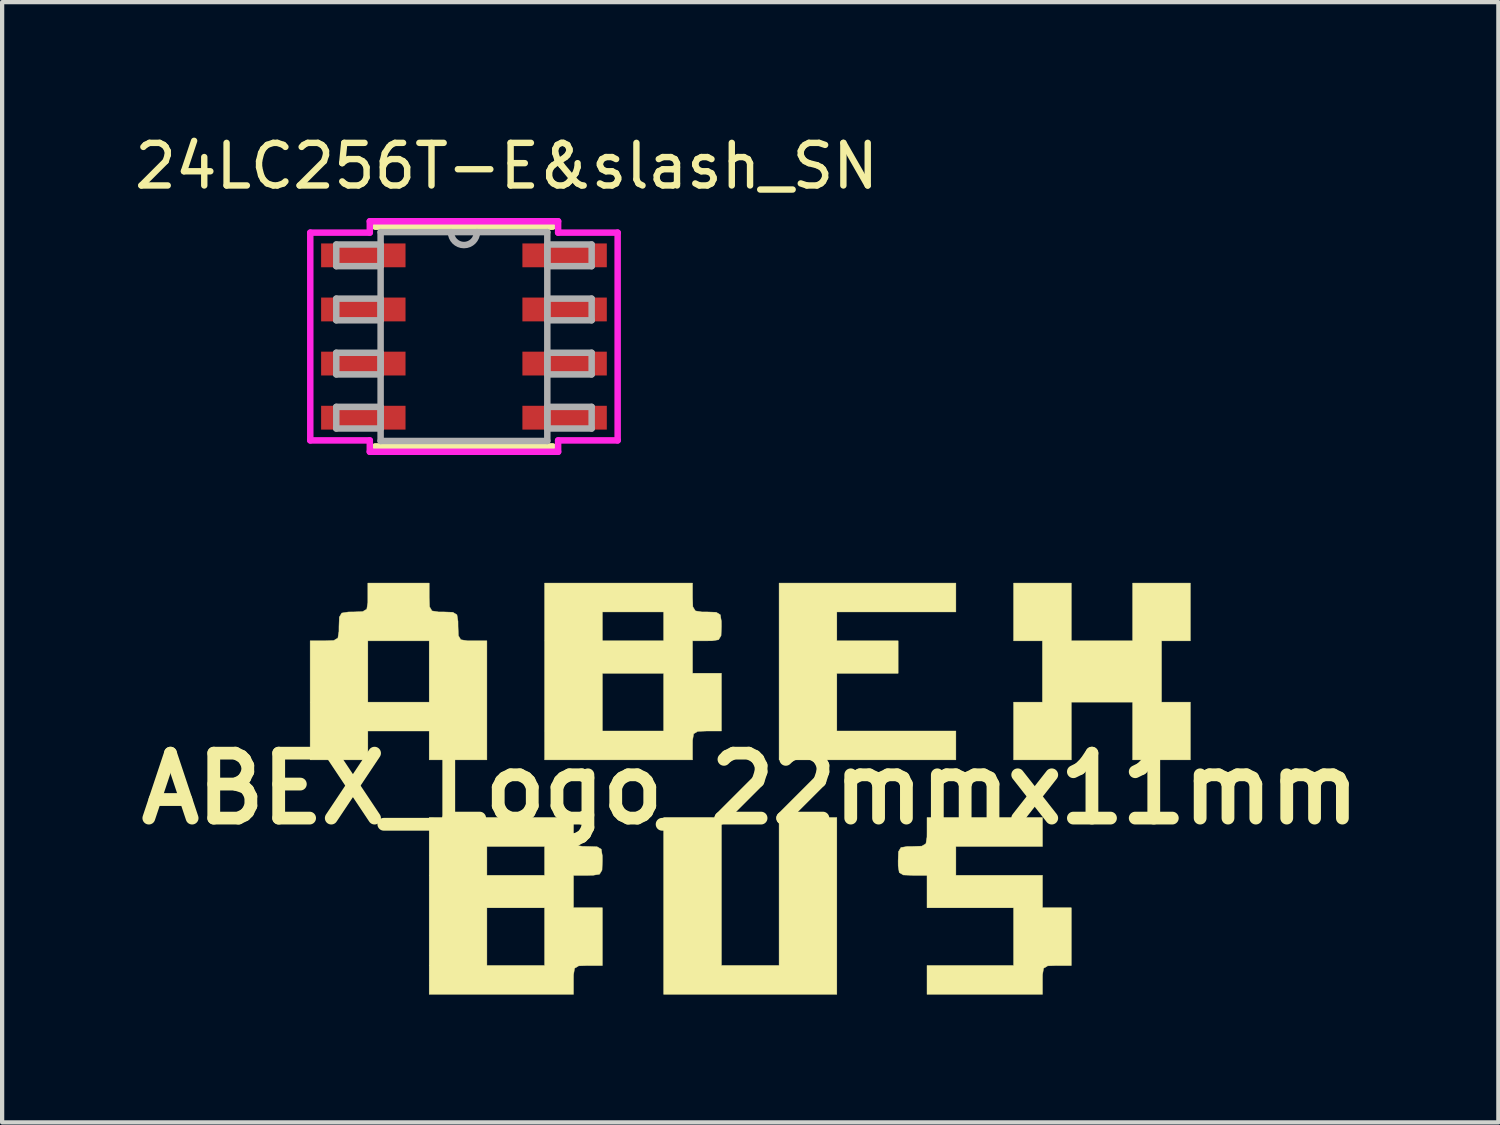
<source format=kicad_pcb>
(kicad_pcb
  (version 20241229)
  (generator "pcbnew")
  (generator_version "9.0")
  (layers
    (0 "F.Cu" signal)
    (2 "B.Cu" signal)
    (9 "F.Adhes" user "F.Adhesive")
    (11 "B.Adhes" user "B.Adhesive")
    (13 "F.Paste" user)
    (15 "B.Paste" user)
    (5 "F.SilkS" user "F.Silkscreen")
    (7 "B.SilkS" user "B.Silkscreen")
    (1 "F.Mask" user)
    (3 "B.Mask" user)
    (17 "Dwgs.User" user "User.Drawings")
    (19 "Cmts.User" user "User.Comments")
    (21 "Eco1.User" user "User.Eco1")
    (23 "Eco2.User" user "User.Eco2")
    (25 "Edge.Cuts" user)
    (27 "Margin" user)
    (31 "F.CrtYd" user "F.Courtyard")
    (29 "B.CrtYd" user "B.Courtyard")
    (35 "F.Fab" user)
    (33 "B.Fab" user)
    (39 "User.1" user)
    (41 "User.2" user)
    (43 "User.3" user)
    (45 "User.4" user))
  (footprint "ABEX_Logo_22mmx11mm"
    (layer "F.Cu")
    (at 14.558 15.461)
    (property "Reference" "ABEX_Logo_22mmx11mm" (at 0 0 0) (layer "F.SilkS") (effects (font (size 1.524 1.524) (thickness 0.3))))
    (attr through_hole)
    (fp_poly (pts (xy -0.677 4.149) (xy 0.677 4.149) (xy 0.677 0.677) (xy 2.032 0.677) (xy 2.032 4.826) (xy -2.032 4.826) (xy -2.032 0.677) (xy -0.677 0.677) (xy -0.677 4.149)) (stroke (width 0.01) (type solid)) (fill yes) (layer "F.SilkS"))
    (fp_poly (pts (xy 4.826 -4.149) (xy 2.032 -4.149) (xy 2.032 -3.471) (xy 3.471 -3.471) (xy 3.471 -2.709) (xy 2.032 -2.709) (xy 2.032 -1.355) (xy 4.826 -1.355) (xy 4.826 -0.677) (xy 0.677 -0.677) (xy 0.677 -4.826) (xy 4.826 -4.826) (xy 4.826 -4.149)) (stroke (width 0.01) (type solid)) (fill yes) (layer "F.SilkS"))
    (fp_poly (pts (xy 7.535 -3.471) (xy 8.975 -3.471) (xy 8.975 -4.826) (xy 10.329 -4.826) (xy 10.329 -3.471) (xy 9.652 -3.471) (xy 9.652 -2.032) (xy 10.329 -2.032) (xy 10.329 -0.677) (xy 8.975 -0.677) (xy 8.975 -2.032) (xy 7.535 -2.032) (xy 7.535 -0.677) (xy 6.181 -0.677) (xy 6.181 -2.032) (xy 6.858 -2.032) (xy 6.858 -3.471) (xy 6.181 -3.471) (xy 6.181 -4.826) (xy 7.535 -4.826) (xy 7.535 -3.471)) (stroke (width 0.01) (type solid)) (fill yes) (layer "F.SilkS"))
    (fp_poly (pts (xy 6.858 1.355) (xy 4.826 1.355) (xy 4.826 2.032) (xy 6.858 2.032) (xy 6.858 2.794) (xy 7.535 2.794) (xy 7.535 4.149) (xy 7.197 4.149) (xy 6.98 4.157) (xy 6.884 4.214) (xy 6.859 4.369) (xy 6.858 4.487) (xy 6.858 4.826) (xy 4.149 4.826) (xy 4.149 4.149) (xy 6.181 4.149) (xy 6.181 2.794) (xy 4.149 2.794) (xy 4.149 2.032) (xy 3.81 2.032) (xy 3.593 2.024) (xy 3.497 1.967) (xy 3.472 1.812) (xy 3.471 1.693) (xy 3.479 1.477) (xy 3.537 1.38) (xy 3.691 1.355) (xy 3.81 1.355) (xy 4.027 1.347) (xy 4.123 1.289) (xy 4.148 1.135) (xy 4.149 1.016) (xy 4.149 0.677) (xy 6.858 0.677) (xy 6.858 1.355)) (stroke (width 0.01) (type solid)) (fill yes) (layer "F.SilkS"))
    (fp_poly (pts (xy -4.149 1.016) (xy -4.141 1.233) (xy -4.083 1.329) (xy -3.929 1.354) (xy -3.81 1.355) (xy -3.593 1.363) (xy -3.497 1.42) (xy -3.472 1.575) (xy -3.471 1.693) (xy -3.479 1.91) (xy -3.537 2.006) (xy -3.691 2.031) (xy -3.81 2.032) (xy -4.149 2.032) (xy -4.149 2.794) (xy -3.471 2.794) (xy -3.471 4.149) (xy -3.81 4.149) (xy -4.027 4.157) (xy -4.123 4.214) (xy -4.148 4.369) (xy -4.149 4.487) (xy -4.149 4.826) (xy -7.535 4.826) (xy -7.535 2.794) (xy -6.181 2.794) (xy -6.181 4.149) (xy -4.826 4.149) (xy -4.826 2.794) (xy -6.181 2.794) (xy -7.535 2.794) (xy -7.535 1.355) (xy -6.181 1.355) (xy -6.181 2.032) (xy -4.826 2.032) (xy -4.826 1.355) (xy -6.181 1.355) (xy -7.535 1.355) (xy -7.535 0.677) (xy -4.149 0.677) (xy -4.149 1.016)) (stroke (width 0.01) (type solid)) (fill yes) (layer "F.SilkS"))
    (fp_poly (pts (xy -1.355 -4.487) (xy -1.347 -4.271) (xy -1.289 -4.174) (xy -1.135 -4.149) (xy -1.016 -4.149) (xy -0.799 -4.141) (xy -0.703 -4.083) (xy -0.678 -3.929) (xy -0.677 -3.81) (xy -0.685 -3.593) (xy -0.743 -3.497) (xy -0.897 -3.472) (xy -1.016 -3.471) (xy -1.355 -3.471) (xy -1.355 -2.709) (xy -0.677 -2.709) (xy -0.677 -1.355) (xy -1.016 -1.355) (xy -1.233 -1.347) (xy -1.329 -1.289) (xy -1.354 -1.135) (xy -1.355 -1.016) (xy -1.355 -0.677) (xy -4.826 -0.677) (xy -4.826 -2.709) (xy -3.471 -2.709) (xy -3.471 -1.355) (xy -2.032 -1.355) (xy -2.032 -2.709) (xy -3.471 -2.709) (xy -4.826 -2.709) (xy -4.826 -4.149) (xy -3.471 -4.149) (xy -3.471 -3.471) (xy -2.032 -3.471) (xy -2.032 -4.149) (xy -3.471 -4.149) (xy -4.826 -4.149) (xy -4.826 -4.826) (xy -1.355 -4.826) (xy -1.355 -4.487)) (stroke (width 0.01) (type solid)) (fill yes) (layer "F.SilkS"))
    (fp_poly (pts (xy -7.535 -4.487) (xy -7.527 -4.271) (xy -7.47 -4.174) (xy -7.315 -4.149) (xy -7.197 -4.149) (xy -6.98 -4.141) (xy -6.884 -4.083) (xy -6.859 -3.929) (xy -6.858 -3.81) (xy -6.85 -3.593) (xy -6.793 -3.497) (xy -6.638 -3.472) (xy -6.519 -3.471) (xy -6.181 -3.471) (xy -6.181 -0.677) (xy -7.535 -0.677) (xy -7.535 -1.355) (xy -8.975 -1.355) (xy -8.975 -0.677) (xy -10.329 -0.677) (xy -10.329 -3.471) (xy -9.991 -3.471) (xy -8.975 -3.471) (xy -8.975 -2.032) (xy -7.535 -2.032) (xy -7.535 -3.471) (xy -8.975 -3.471) (xy -9.991 -3.471) (xy -9.774 -3.479) (xy -9.678 -3.537) (xy -9.653 -3.691) (xy -9.652 -3.81) (xy -9.644 -4.027) (xy -9.587 -4.123) (xy -9.432 -4.148) (xy -9.313 -4.149) (xy -9.097 -4.157) (xy -9 -4.214) (xy -8.975 -4.369) (xy -8.975 -4.487) (xy -8.975 -4.826) (xy -7.535 -4.826) (xy -7.535 -4.487)) (stroke (width 0.01) (type solid)) (fill yes) (layer "F.SilkS")))
  (footprint "24LC256T-E&slash_SN"
    (layer "F.Cu")
    (at 7.839 4.848)
    (property "Reference" "24LC256T-E&slash_SN" (at 1 -4 0) (layer "F.SilkS") (effects (font (size 1 1) (thickness 0.15))))
    (attr through_hole)
    (fp_line (start -2.083 2.578) (end 2.083 2.578) (stroke (width 0.152) (type solid)) (layer "F.SilkS"))
    (fp_line (start 2.083 -2.578) (end -2.083 -2.578) (stroke (width 0.152) (type solid)) (layer "F.SilkS"))
    (fp_line (start -3.607 -2.438) (end -2.21 -2.438) (stroke (width 0.152) (type solid)) (layer "F.CrtYd"))
    (fp_line (start -3.607 2.438) (end -3.607 -2.438) (stroke (width 0.152) (type solid)) (layer "F.CrtYd"))
    (fp_line (start -2.21 -2.705) (end 2.21 -2.705) (stroke (width 0.152) (type solid)) (layer "F.CrtYd"))
    (fp_line (start -2.21 -2.438) (end -2.21 -2.705) (stroke (width 0.152) (type solid)) (layer "F.CrtYd"))
    (fp_line (start -2.21 2.438) (end -3.607 2.438) (stroke (width 0.152) (type solid)) (layer "F.CrtYd"))
    (fp_line (start -2.21 2.705) (end -2.21 2.438) (stroke (width 0.152) (type solid)) (layer "F.CrtYd"))
    (fp_line (start 2.21 -2.705) (end 2.21 -2.438) (stroke (width 0.152) (type solid)) (layer "F.CrtYd"))
    (fp_line (start 2.21 -2.438) (end 3.607 -2.438) (stroke (width 0.152) (type solid)) (layer "F.CrtYd"))
    (fp_line (start 2.21 2.438) (end 2.21 2.705) (stroke (width 0.152) (type solid)) (layer "F.CrtYd"))
    (fp_line (start 2.21 2.705) (end -2.21 2.705) (stroke (width 0.152) (type solid)) (layer "F.CrtYd"))
    (fp_line (start 3.607 -2.438) (end 3.607 2.438) (stroke (width 0.152) (type solid)) (layer "F.CrtYd"))
    (fp_line (start 3.607 2.438) (end 2.21 2.438) (stroke (width 0.152) (type solid)) (layer "F.CrtYd"))
    (fp_line (start -2.997 -2.159) (end -2.997 -1.651) (stroke (width 0.152) (type solid)) (layer "F.Fab"))
    (fp_line (start -2.997 -1.651) (end -1.956 -1.651) (stroke (width 0.152) (type solid)) (layer "F.Fab"))
    (fp_line (start -2.997 -0.889) (end -2.997 -0.381) (stroke (width 0.152) (type solid)) (layer "F.Fab"))
    (fp_line (start -2.997 -0.381) (end -1.956 -0.381) (stroke (width 0.152) (type solid)) (layer "F.Fab"))
    (fp_line (start -2.997 0.381) (end -2.997 0.889) (stroke (width 0.152) (type solid)) (layer "F.Fab"))
    (fp_line (start -2.997 0.889) (end -1.956 0.889) (stroke (width 0.152) (type solid)) (layer "F.Fab"))
    (fp_line (start -2.997 1.651) (end -2.997 2.159) (stroke (width 0.152) (type solid)) (layer "F.Fab"))
    (fp_line (start -2.997 2.159) (end -1.956 2.159) (stroke (width 0.152) (type solid)) (layer "F.Fab"))
    (fp_line (start -1.956 -2.451) (end -1.956 2.451) (stroke (width 0.152) (type solid)) (layer "F.Fab"))
    (fp_line (start -1.956 -2.159) (end -2.997 -2.159) (stroke (width 0.152) (type solid)) (layer "F.Fab"))
    (fp_line (start -1.956 -1.651) (end -1.956 -2.159) (stroke (width 0.152) (type solid)) (layer "F.Fab"))
    (fp_line (start -1.956 -0.889) (end -2.997 -0.889) (stroke (width 0.152) (type solid)) (layer "F.Fab"))
    (fp_line (start -1.956 -0.381) (end -1.956 -0.889) (stroke (width 0.152) (type solid)) (layer "F.Fab"))
    (fp_line (start -1.956 0.381) (end -2.997 0.381) (stroke (width 0.152) (type solid)) (layer "F.Fab"))
    (fp_line (start -1.956 0.889) (end -1.956 0.381) (stroke (width 0.152) (type solid)) (layer "F.Fab"))
    (fp_line (start -1.956 1.651) (end -2.997 1.651) (stroke (width 0.152) (type solid)) (layer "F.Fab"))
    (fp_line (start -1.956 2.159) (end -1.956 1.651) (stroke (width 0.152) (type solid)) (layer "F.Fab"))
    (fp_line (start -1.956 2.451) (end 1.956 2.451) (stroke (width 0.152) (type solid)) (layer "F.Fab"))
    (fp_line (start 1.956 -2.451) (end -1.956 -2.451) (stroke (width 0.152) (type solid)) (layer "F.Fab"))
    (fp_line (start 1.956 -2.159) (end 1.956 -1.651) (stroke (width 0.152) (type solid)) (layer "F.Fab"))
    (fp_line (start 1.956 -1.651) (end 2.997 -1.651) (stroke (width 0.152) (type solid)) (layer "F.Fab"))
    (fp_line (start 1.956 -0.889) (end 1.956 -0.381) (stroke (width 0.152) (type solid)) (layer "F.Fab"))
    (fp_line (start 1.956 -0.381) (end 2.997 -0.381) (stroke (width 0.152) (type solid)) (layer "F.Fab"))
    (fp_line (start 1.956 0.381) (end 1.956 0.889) (stroke (width 0.152) (type solid)) (layer "F.Fab"))
    (fp_line (start 1.956 0.889) (end 2.997 0.889) (stroke (width 0.152) (type solid)) (layer "F.Fab"))
    (fp_line (start 1.956 1.651) (end 1.956 2.159) (stroke (width 0.152) (type solid)) (layer "F.Fab"))
    (fp_line (start 1.956 2.159) (end 2.997 2.159) (stroke (width 0.152) (type solid)) (layer "F.Fab"))
    (fp_line (start 1.956 2.451) (end 1.956 -2.451) (stroke (width 0.152) (type solid)) (layer "F.Fab"))
    (fp_line (start 2.997 -2.159) (end 1.956 -2.159) (stroke (width 0.152) (type solid)) (layer "F.Fab"))
    (fp_line (start 2.997 -1.651) (end 2.997 -2.159) (stroke (width 0.152) (type solid)) (layer "F.Fab"))
    (fp_line (start 2.997 -0.889) (end 1.956 -0.889) (stroke (width 0.152) (type solid)) (layer "F.Fab"))
    (fp_line (start 2.997 -0.381) (end 2.997 -0.889) (stroke (width 0.152) (type solid)) (layer "F.Fab"))
    (fp_line (start 2.997 0.381) (end 1.956 0.381) (stroke (width 0.152) (type solid)) (layer "F.Fab"))
    (fp_line (start 2.997 0.889) (end 2.997 0.381) (stroke (width 0.152) (type solid)) (layer "F.Fab"))
    (fp_line (start 2.997 1.651) (end 1.956 1.651) (stroke (width 0.152) (type solid)) (layer "F.Fab"))
    (fp_line (start 2.997 2.159) (end 2.997 1.651) (stroke (width 0.152) (type solid)) (layer "F.Fab"))
    (fp_arc (start 0.3048 -2.4511) (mid 0 -2.1463) (end -0.3048 -2.4511) (stroke (width 0.1524) (type solid)) (layer "F.Fab"))
    (pad "1" smd rect (at -2.362 -1.905) (size 1.981 0.559) (layers "F.Cu" "F.Mask" "F.Paste"))
    (pad "2" smd rect (at -2.362 -0.635) (size 1.981 0.559) (layers "F.Cu" "F.Mask" "F.Paste"))
    (pad "3" smd rect (at -2.362 0.635) (size 1.981 0.559) (layers "F.Cu" "F.Mask" "F.Paste"))
    (pad "4" smd rect (at -2.362 1.905) (size 1.981 0.559) (layers "F.Cu" "F.Mask" "F.Paste"))
    (pad "5" smd rect (at 2.362 1.905) (size 1.981 0.559) (layers "F.Cu" "F.Mask" "F.Paste"))
    (pad "6" smd rect (at 2.362 0.635) (size 1.981 0.559) (layers "F.Cu" "F.Mask" "F.Paste"))
    (pad "7" smd rect (at 2.362 -0.635) (size 1.981 0.559) (layers "F.Cu" "F.Mask" "F.Paste"))
    (pad "8" smd rect (at 2.362 -1.905) (size 1.981 0.559) (layers "F.Cu" "F.Mask" "F.Paste")))
  (gr_rect
    (start -3 -3)
    (end 32.116 23.292)
    (stroke (width 0.1) (type default))
    (fill no)
    (layer "Edge.Cuts")))
</source>
